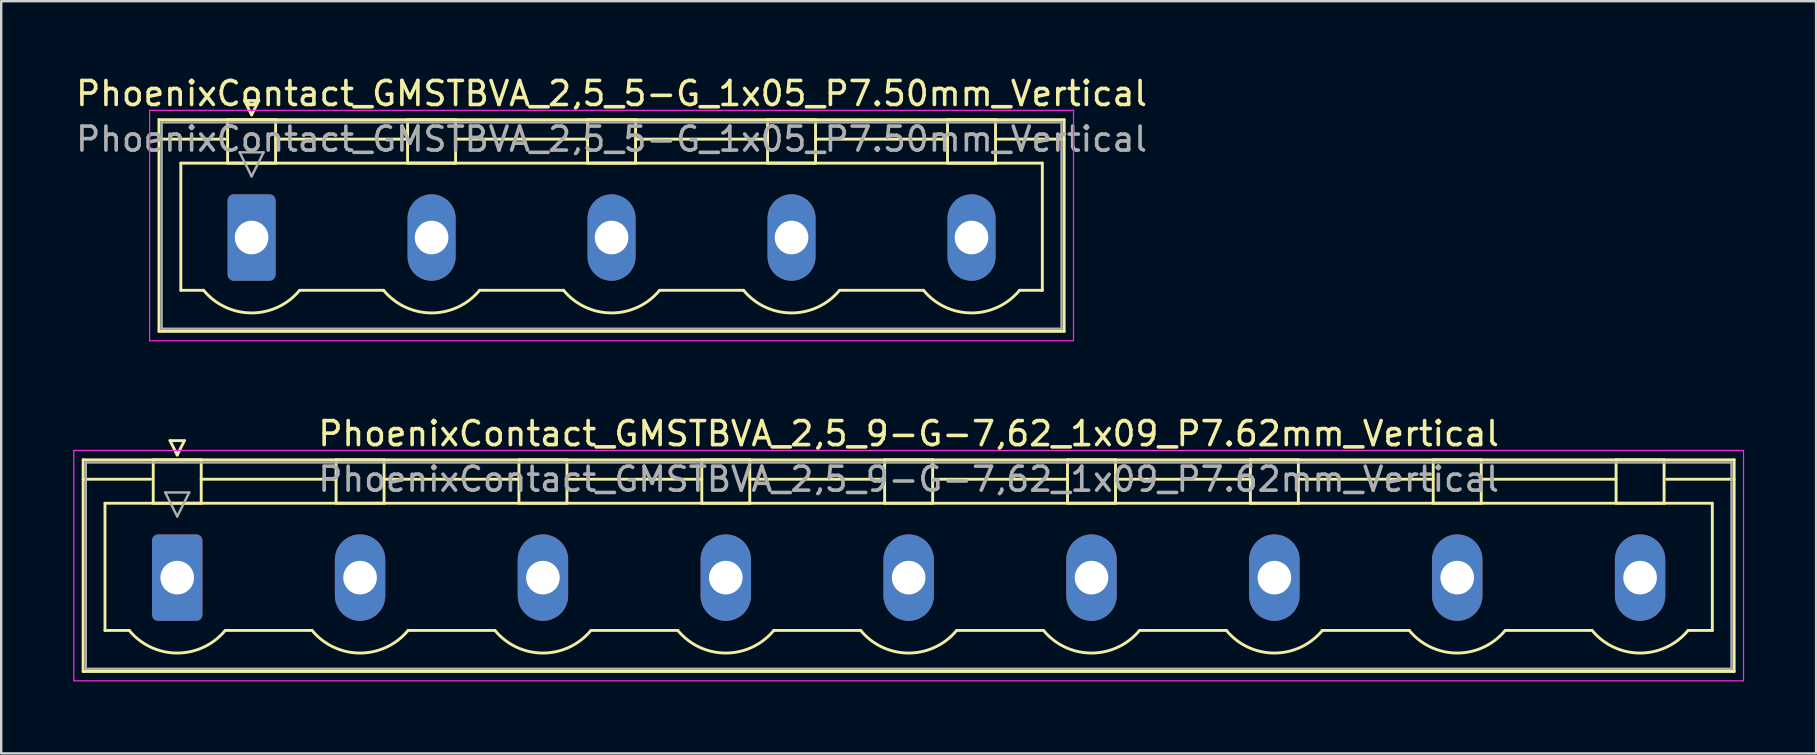
<source format=kicad_pcb>
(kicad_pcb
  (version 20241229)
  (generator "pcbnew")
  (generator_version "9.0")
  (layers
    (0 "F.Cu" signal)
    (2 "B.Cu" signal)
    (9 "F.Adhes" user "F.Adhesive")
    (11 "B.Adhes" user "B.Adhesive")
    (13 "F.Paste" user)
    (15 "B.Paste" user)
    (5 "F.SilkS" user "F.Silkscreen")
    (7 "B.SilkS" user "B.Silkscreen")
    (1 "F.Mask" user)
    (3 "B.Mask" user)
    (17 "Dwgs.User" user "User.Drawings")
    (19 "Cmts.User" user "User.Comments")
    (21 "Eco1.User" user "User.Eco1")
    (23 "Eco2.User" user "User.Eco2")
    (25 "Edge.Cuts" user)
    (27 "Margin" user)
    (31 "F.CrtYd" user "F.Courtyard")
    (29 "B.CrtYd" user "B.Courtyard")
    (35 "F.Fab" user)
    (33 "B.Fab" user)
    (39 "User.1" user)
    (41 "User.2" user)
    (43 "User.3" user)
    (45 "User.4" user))
  (footprint "PhoenixContact_GMSTBVA_2,5_9-G-7,62_1x09_P7.62mm_Vertical"
    (layer "F.Cu")
    (at 4.335 21.021)
    (property "Reference" "PhoenixContact_GMSTBVA_2,5_9-G-7,62_1x09_P7.62mm_Vertical" (at 30.48 -6 0) (layer "F.SilkS") (effects (font (size 1 1) (thickness 0.15))))
    (attr through_hole)
    (fp_line (start -3.92 -4.91) (end -3.92 3.91) (stroke (width 0.12) (type solid)) (layer "F.SilkS"))
    (fp_line (start -3.92 -4.1) (end -1.11 -4.1) (stroke (width 0.12) (type solid)) (layer "F.SilkS"))
    (fp_line (start -3.92 3.91) (end 64.88 3.91) (stroke (width 0.12) (type solid)) (layer "F.SilkS"))
    (fp_line (start -3.01 -3.1) (end 63.97 -3.1) (stroke (width 0.12) (type solid)) (layer "F.SilkS"))
    (fp_line (start -3.01 2.2) (end -3.01 -3.1) (stroke (width 0.12) (type solid)) (layer "F.SilkS"))
    (fp_line (start -2 2.2) (end -3.01 2.2) (stroke (width 0.12) (type solid)) (layer "F.SilkS"))
    (fp_line (start -1 -4.91) (end 1 -4.91) (stroke (width 0.12) (type solid)) (layer "F.SilkS"))
    (fp_line (start -1 -3.1) (end -1 -4.91) (stroke (width 0.12) (type solid)) (layer "F.SilkS"))
    (fp_line (start -0.3 -5.71) (end 0.3 -5.71) (stroke (width 0.12) (type solid)) (layer "F.SilkS"))
    (fp_line (start 0 -5.11) (end -0.3 -5.71) (stroke (width 0.12) (type solid)) (layer "F.SilkS"))
    (fp_line (start 0.3 -5.71) (end 0 -5.11) (stroke (width 0.12) (type solid)) (layer "F.SilkS"))
    (fp_line (start 1 -4.91) (end 1 -3.1) (stroke (width 0.12) (type solid)) (layer "F.SilkS"))
    (fp_line (start 1 -4.1) (end 6.62 -4.1) (stroke (width 0.12) (type solid)) (layer "F.SilkS"))
    (fp_line (start 1 -3.1) (end -1 -3.1) (stroke (width 0.12) (type solid)) (layer "F.SilkS"))
    (fp_line (start 2 2.2) (end 5.62 2.2) (stroke (width 0.12) (type solid)) (layer "F.SilkS"))
    (fp_line (start 6.62 -4.91) (end 8.62 -4.91) (stroke (width 0.12) (type solid)) (layer "F.SilkS"))
    (fp_line (start 6.62 -3.1) (end 6.62 -4.91) (stroke (width 0.12) (type solid)) (layer "F.SilkS"))
    (fp_line (start 8.62 -4.91) (end 8.62 -3.1) (stroke (width 0.12) (type solid)) (layer "F.SilkS"))
    (fp_line (start 8.62 -4.1) (end 14.24 -4.1) (stroke (width 0.12) (type solid)) (layer "F.SilkS"))
    (fp_line (start 8.62 -3.1) (end 6.62 -3.1) (stroke (width 0.12) (type solid)) (layer "F.SilkS"))
    (fp_line (start 9.62 2.2) (end 13.24 2.2) (stroke (width 0.12) (type solid)) (layer "F.SilkS"))
    (fp_line (start 14.24 -4.91) (end 16.24 -4.91) (stroke (width 0.12) (type solid)) (layer "F.SilkS"))
    (fp_line (start 14.24 -3.1) (end 14.24 -4.91) (stroke (width 0.12) (type solid)) (layer "F.SilkS"))
    (fp_line (start 16.24 -4.91) (end 16.24 -3.1) (stroke (width 0.12) (type solid)) (layer "F.SilkS"))
    (fp_line (start 16.24 -4.1) (end 21.86 -4.1) (stroke (width 0.12) (type solid)) (layer "F.SilkS"))
    (fp_line (start 16.24 -3.1) (end 14.24 -3.1) (stroke (width 0.12) (type solid)) (layer "F.SilkS"))
    (fp_line (start 17.24 2.2) (end 20.86 2.2) (stroke (width 0.12) (type solid)) (layer "F.SilkS"))
    (fp_line (start 21.86 -4.91) (end 23.86 -4.91) (stroke (width 0.12) (type solid)) (layer "F.SilkS"))
    (fp_line (start 21.86 -3.1) (end 21.86 -4.91) (stroke (width 0.12) (type solid)) (layer "F.SilkS"))
    (fp_line (start 23.86 -4.91) (end 23.86 -3.1) (stroke (width 0.12) (type solid)) (layer "F.SilkS"))
    (fp_line (start 23.86 -4.1) (end 29.48 -4.1) (stroke (width 0.12) (type solid)) (layer "F.SilkS"))
    (fp_line (start 23.86 -3.1) (end 21.86 -3.1) (stroke (width 0.12) (type solid)) (layer "F.SilkS"))
    (fp_line (start 24.86 2.2) (end 28.48 2.2) (stroke (width 0.12) (type solid)) (layer "F.SilkS"))
    (fp_line (start 29.48 -4.91) (end 31.48 -4.91) (stroke (width 0.12) (type solid)) (layer "F.SilkS"))
    (fp_line (start 29.48 -3.1) (end 29.48 -4.91) (stroke (width 0.12) (type solid)) (layer "F.SilkS"))
    (fp_line (start 31.48 -4.91) (end 31.48 -3.1) (stroke (width 0.12) (type solid)) (layer "F.SilkS"))
    (fp_line (start 31.48 -4.1) (end 37.1 -4.1) (stroke (width 0.12) (type solid)) (layer "F.SilkS"))
    (fp_line (start 31.48 -3.1) (end 29.48 -3.1) (stroke (width 0.12) (type solid)) (layer "F.SilkS"))
    (fp_line (start 32.48 2.2) (end 36.1 2.2) (stroke (width 0.12) (type solid)) (layer "F.SilkS"))
    (fp_line (start 37.1 -4.91) (end 39.1 -4.91) (stroke (width 0.12) (type solid)) (layer "F.SilkS"))
    (fp_line (start 37.1 -3.1) (end 37.1 -4.91) (stroke (width 0.12) (type solid)) (layer "F.SilkS"))
    (fp_line (start 39.1 -4.91) (end 39.1 -3.1) (stroke (width 0.12) (type solid)) (layer "F.SilkS"))
    (fp_line (start 39.1 -4.1) (end 44.72 -4.1) (stroke (width 0.12) (type solid)) (layer "F.SilkS"))
    (fp_line (start 39.1 -3.1) (end 37.1 -3.1) (stroke (width 0.12) (type solid)) (layer "F.SilkS"))
    (fp_line (start 40.1 2.2) (end 43.72 2.2) (stroke (width 0.12) (type solid)) (layer "F.SilkS"))
    (fp_line (start 44.72 -4.91) (end 46.72 -4.91) (stroke (width 0.12) (type solid)) (layer "F.SilkS"))
    (fp_line (start 44.72 -3.1) (end 44.72 -4.91) (stroke (width 0.12) (type solid)) (layer "F.SilkS"))
    (fp_line (start 46.72 -4.91) (end 46.72 -3.1) (stroke (width 0.12) (type solid)) (layer "F.SilkS"))
    (fp_line (start 46.72 -4.1) (end 52.34 -4.1) (stroke (width 0.12) (type solid)) (layer "F.SilkS"))
    (fp_line (start 46.72 -3.1) (end 44.72 -3.1) (stroke (width 0.12) (type solid)) (layer "F.SilkS"))
    (fp_line (start 47.72 2.2) (end 51.34 2.2) (stroke (width 0.12) (type solid)) (layer "F.SilkS"))
    (fp_line (start 52.34 -4.91) (end 54.34 -4.91) (stroke (width 0.12) (type solid)) (layer "F.SilkS"))
    (fp_line (start 52.34 -3.1) (end 52.34 -4.91) (stroke (width 0.12) (type solid)) (layer "F.SilkS"))
    (fp_line (start 54.34 -4.91) (end 54.34 -3.1) (stroke (width 0.12) (type solid)) (layer "F.SilkS"))
    (fp_line (start 54.34 -4.1) (end 59.96 -4.1) (stroke (width 0.12) (type solid)) (layer "F.SilkS"))
    (fp_line (start 54.34 -3.1) (end 52.34 -3.1) (stroke (width 0.12) (type solid)) (layer "F.SilkS"))
    (fp_line (start 55.34 2.2) (end 58.96 2.2) (stroke (width 0.12) (type solid)) (layer "F.SilkS"))
    (fp_line (start 59.96 -4.91) (end 61.96 -4.91) (stroke (width 0.12) (type solid)) (layer "F.SilkS"))
    (fp_line (start 59.96 -3.1) (end 59.96 -4.91) (stroke (width 0.12) (type solid)) (layer "F.SilkS"))
    (fp_line (start 61.96 -4.91) (end 61.96 -3.1) (stroke (width 0.12) (type solid)) (layer "F.SilkS"))
    (fp_line (start 61.96 -3.1) (end 59.96 -3.1) (stroke (width 0.12) (type solid)) (layer "F.SilkS"))
    (fp_line (start 63.97 -3.1) (end 63.97 2.2) (stroke (width 0.12) (type solid)) (layer "F.SilkS"))
    (fp_line (start 63.97 2.2) (end 62.96 2.2) (stroke (width 0.12) (type solid)) (layer "F.SilkS"))
    (fp_line (start 64.88 -4.91) (end -3.92 -4.91) (stroke (width 0.12) (type solid)) (layer "F.SilkS"))
    (fp_line (start 64.88 -4.1) (end 62.07 -4.1) (stroke (width 0.12) (type solid)) (layer "F.SilkS"))
    (fp_line (start 64.88 3.91) (end 64.88 -4.91) (stroke (width 0.12) (type solid)) (layer "F.SilkS"))
    (fp_arc (start 1.986842 2.215821) (mid -0.010289 3.142758) (end -2 2.2) (stroke (width 0.12) (type solid)) (layer "F.SilkS"))
    (fp_arc (start 9.606842 2.215821) (mid 7.609711 3.142758) (end 5.62 2.2) (stroke (width 0.12) (type solid)) (layer "F.SilkS"))
    (fp_arc (start 17.226842 2.215821) (mid 15.229711 3.142758) (end 13.24 2.2) (stroke (width 0.12) (type solid)) (layer "F.SilkS"))
    (fp_arc (start 24.846842 2.215821) (mid 22.849711 3.142758) (end 20.86 2.2) (stroke (width 0.12) (type solid)) (layer "F.SilkS"))
    (fp_arc (start 32.466842 2.215821) (mid 30.469711 3.142758) (end 28.48 2.2) (stroke (width 0.12) (type solid)) (layer "F.SilkS"))
    (fp_arc (start 40.086842 2.215821) (mid 38.089711 3.142758) (end 36.1 2.2) (stroke (width 0.12) (type solid)) (layer "F.SilkS"))
    (fp_arc (start 47.706842 2.215821) (mid 45.709711 3.142758) (end 43.72 2.2) (stroke (width 0.12) (type solid)) (layer "F.SilkS"))
    (fp_arc (start 55.326842 2.215821) (mid 53.329711 3.142758) (end 51.34 2.2) (stroke (width 0.12) (type solid)) (layer "F.SilkS"))
    (fp_arc (start 62.946842 2.215821) (mid 60.949711 3.142758) (end 58.96 2.2) (stroke (width 0.12) (type solid)) (layer "F.SilkS"))
    (fp_line (start -4.31 -5.3) (end -4.31 4.3) (stroke (width 0.05) (type solid)) (layer "F.CrtYd"))
    (fp_line (start -4.31 4.3) (end 65.27 4.3) (stroke (width 0.05) (type solid)) (layer "F.CrtYd"))
    (fp_line (start 65.27 -5.3) (end -4.31 -5.3) (stroke (width 0.05) (type solid)) (layer "F.CrtYd"))
    (fp_line (start 65.27 4.3) (end 65.27 -5.3) (stroke (width 0.05) (type solid)) (layer "F.CrtYd"))
    (fp_line (start -3.81 -4.8) (end -3.81 3.8) (stroke (width 0.1) (type solid)) (layer "F.Fab"))
    (fp_line (start -3.81 3.8) (end 64.77 3.8) (stroke (width 0.1) (type solid)) (layer "F.Fab"))
    (fp_line (start -0.5 -3.55) (end 0.5 -3.55) (stroke (width 0.1) (type solid)) (layer "F.Fab"))
    (fp_line (start 0 -2.55) (end -0.5 -3.55) (stroke (width 0.1) (type solid)) (layer "F.Fab"))
    (fp_line (start 0.5 -3.55) (end 0 -2.55) (stroke (width 0.1) (type solid)) (layer "F.Fab"))
    (fp_line (start 64.77 -4.8) (end -3.81 -4.8) (stroke (width 0.1) (type solid)) (layer "F.Fab"))
    (fp_line (start 64.77 3.8) (end 64.77 -4.8) (stroke (width 0.1) (type solid)) (layer "F.Fab"))
    (fp_text user "${REFERENCE}" (at 30.48 -4.1 0) (layer "F.Fab") (effects (font (size 1 1) (thickness 0.15))))
    (pad "1" thru_hole roundrect (at 0 0) (size 2.1 3.6) (drill 1.4) (layers "*.Cu" "*.Mask") (roundrect_rratio 0.119))
    (pad "2" thru_hole oval (at 7.62 0) (size 2.1 3.6) (drill 1.4) (layers "*.Cu" "*.Mask"))
    (pad "3" thru_hole oval (at 15.24 0) (size 2.1 3.6) (drill 1.4) (layers "*.Cu" "*.Mask"))
    (pad "4" thru_hole oval (at 22.86 0) (size 2.1 3.6) (drill 1.4) (layers "*.Cu" "*.Mask"))
    (pad "5" thru_hole oval (at 30.48 0) (size 2.1 3.6) (drill 1.4) (layers "*.Cu" "*.Mask"))
    (pad "6" thru_hole oval (at 38.1 0) (size 2.1 3.6) (drill 1.4) (layers "*.Cu" "*.Mask"))
    (pad "7" thru_hole oval (at 45.72 0) (size 2.1 3.6) (drill 1.4) (layers "*.Cu" "*.Mask"))
    (pad "8" thru_hole oval (at 53.34 0) (size 2.1 3.6) (drill 1.4) (layers "*.Cu" "*.Mask"))
    (pad "9" thru_hole oval (at 60.96 0) (size 2.1 3.6) (drill 1.4) (layers "*.Cu" "*.Mask")))
  (footprint "PhoenixContact_GMSTBVA_2,5_5-G_1x05_P7.50mm_Vertical"
    (layer "F.Cu")
    (at 7.435 6.848)
    (property "Reference" "PhoenixContact_GMSTBVA_2,5_5-G_1x05_P7.50mm_Vertical" (at 15 -6 0) (layer "F.SilkS") (effects (font (size 1 1) (thickness 0.15))))
    (attr through_hole)
    (fp_line (start -3.86 -4.91) (end -3.86 3.91) (stroke (width 0.12) (type solid)) (layer "F.SilkS"))
    (fp_line (start -3.86 -4.1) (end -1.11 -4.1) (stroke (width 0.12) (type solid)) (layer "F.SilkS"))
    (fp_line (start -3.86 3.91) (end 33.86 3.91) (stroke (width 0.12) (type solid)) (layer "F.SilkS"))
    (fp_line (start -2.95 -3.1) (end 32.95 -3.1) (stroke (width 0.12) (type solid)) (layer "F.SilkS"))
    (fp_line (start -2.95 2.2) (end -2.95 -3.1) (stroke (width 0.12) (type solid)) (layer "F.SilkS"))
    (fp_line (start -2 2.2) (end -2.95 2.2) (stroke (width 0.12) (type solid)) (layer "F.SilkS"))
    (fp_line (start -1 -4.91) (end 1 -4.91) (stroke (width 0.12) (type solid)) (layer "F.SilkS"))
    (fp_line (start -1 -3.1) (end -1 -4.91) (stroke (width 0.12) (type solid)) (layer "F.SilkS"))
    (fp_line (start -0.3 -5.71) (end 0.3 -5.71) (stroke (width 0.12) (type solid)) (layer "F.SilkS"))
    (fp_line (start 0 -5.11) (end -0.3 -5.71) (stroke (width 0.12) (type solid)) (layer "F.SilkS"))
    (fp_line (start 0.3 -5.71) (end 0 -5.11) (stroke (width 0.12) (type solid)) (layer "F.SilkS"))
    (fp_line (start 1 -4.91) (end 1 -3.1) (stroke (width 0.12) (type solid)) (layer "F.SilkS"))
    (fp_line (start 1 -4.1) (end 6.5 -4.1) (stroke (width 0.12) (type solid)) (layer "F.SilkS"))
    (fp_line (start 1 -3.1) (end -1 -3.1) (stroke (width 0.12) (type solid)) (layer "F.SilkS"))
    (fp_line (start 2 2.2) (end 5.5 2.2) (stroke (width 0.12) (type solid)) (layer "F.SilkS"))
    (fp_line (start 6.5 -4.91) (end 8.5 -4.91) (stroke (width 0.12) (type solid)) (layer "F.SilkS"))
    (fp_line (start 6.5 -3.1) (end 6.5 -4.91) (stroke (width 0.12) (type solid)) (layer "F.SilkS"))
    (fp_line (start 8.5 -4.91) (end 8.5 -3.1) (stroke (width 0.12) (type solid)) (layer "F.SilkS"))
    (fp_line (start 8.5 -4.1) (end 14 -4.1) (stroke (width 0.12) (type solid)) (layer "F.SilkS"))
    (fp_line (start 8.5 -3.1) (end 6.5 -3.1) (stroke (width 0.12) (type solid)) (layer "F.SilkS"))
    (fp_line (start 9.5 2.2) (end 13 2.2) (stroke (width 0.12) (type solid)) (layer "F.SilkS"))
    (fp_line (start 14 -4.91) (end 16 -4.91) (stroke (width 0.12) (type solid)) (layer "F.SilkS"))
    (fp_line (start 14 -3.1) (end 14 -4.91) (stroke (width 0.12) (type solid)) (layer "F.SilkS"))
    (fp_line (start 16 -4.91) (end 16 -3.1) (stroke (width 0.12) (type solid)) (layer "F.SilkS"))
    (fp_line (start 16 -4.1) (end 21.5 -4.1) (stroke (width 0.12) (type solid)) (layer "F.SilkS"))
    (fp_line (start 16 -3.1) (end 14 -3.1) (stroke (width 0.12) (type solid)) (layer "F.SilkS"))
    (fp_line (start 17 2.2) (end 20.5 2.2) (stroke (width 0.12) (type solid)) (layer "F.SilkS"))
    (fp_line (start 21.5 -4.91) (end 23.5 -4.91) (stroke (width 0.12) (type solid)) (layer "F.SilkS"))
    (fp_line (start 21.5 -3.1) (end 21.5 -4.91) (stroke (width 0.12) (type solid)) (layer "F.SilkS"))
    (fp_line (start 23.5 -4.91) (end 23.5 -3.1) (stroke (width 0.12) (type solid)) (layer "F.SilkS"))
    (fp_line (start 23.5 -4.1) (end 29 -4.1) (stroke (width 0.12) (type solid)) (layer "F.SilkS"))
    (fp_line (start 23.5 -3.1) (end 21.5 -3.1) (stroke (width 0.12) (type solid)) (layer "F.SilkS"))
    (fp_line (start 24.5 2.2) (end 28 2.2) (stroke (width 0.12) (type solid)) (layer "F.SilkS"))
    (fp_line (start 29 -4.91) (end 31 -4.91) (stroke (width 0.12) (type solid)) (layer "F.SilkS"))
    (fp_line (start 29 -3.1) (end 29 -4.91) (stroke (width 0.12) (type solid)) (layer "F.SilkS"))
    (fp_line (start 31 -4.91) (end 31 -3.1) (stroke (width 0.12) (type solid)) (layer "F.SilkS"))
    (fp_line (start 31 -3.1) (end 29 -3.1) (stroke (width 0.12) (type solid)) (layer "F.SilkS"))
    (fp_line (start 32.95 -3.1) (end 32.95 2.2) (stroke (width 0.12) (type solid)) (layer "F.SilkS"))
    (fp_line (start 32.95 2.2) (end 32 2.2) (stroke (width 0.12) (type solid)) (layer "F.SilkS"))
    (fp_line (start 33.86 -4.91) (end -3.86 -4.91) (stroke (width 0.12) (type solid)) (layer "F.SilkS"))
    (fp_line (start 33.86 -4.1) (end 31.11 -4.1) (stroke (width 0.12) (type solid)) (layer "F.SilkS"))
    (fp_line (start 33.86 3.91) (end 33.86 -4.91) (stroke (width 0.12) (type solid)) (layer "F.SilkS"))
    (fp_arc (start 1.986842 2.215821) (mid -0.010289 3.142758) (end -2 2.2) (stroke (width 0.12) (type solid)) (layer "F.SilkS"))
    (fp_arc (start 9.486842 2.215821) (mid 7.489711 3.142758) (end 5.5 2.2) (stroke (width 0.12) (type solid)) (layer "F.SilkS"))
    (fp_arc (start 16.986842 2.215821) (mid 14.989711 3.142758) (end 13 2.2) (stroke (width 0.12) (type solid)) (layer "F.SilkS"))
    (fp_arc (start 24.486842 2.215821) (mid 22.489711 3.142758) (end 20.5 2.2) (stroke (width 0.12) (type solid)) (layer "F.SilkS"))
    (fp_arc (start 31.986842 2.215821) (mid 29.989711 3.142758) (end 28 2.2) (stroke (width 0.12) (type solid)) (layer "F.SilkS"))
    (fp_line (start -4.25 -5.3) (end -4.25 4.3) (stroke (width 0.05) (type solid)) (layer "F.CrtYd"))
    (fp_line (start -4.25 4.3) (end 34.25 4.3) (stroke (width 0.05) (type solid)) (layer "F.CrtYd"))
    (fp_line (start 34.25 -5.3) (end -4.25 -5.3) (stroke (width 0.05) (type solid)) (layer "F.CrtYd"))
    (fp_line (start 34.25 4.3) (end 34.25 -5.3) (stroke (width 0.05) (type solid)) (layer "F.CrtYd"))
    (fp_line (start -3.75 -4.8) (end -3.75 3.8) (stroke (width 0.1) (type solid)) (layer "F.Fab"))
    (fp_line (start -3.75 3.8) (end 33.75 3.8) (stroke (width 0.1) (type solid)) (layer "F.Fab"))
    (fp_line (start -0.5 -3.55) (end 0.5 -3.55) (stroke (width 0.1) (type solid)) (layer "F.Fab"))
    (fp_line (start 0 -2.55) (end -0.5 -3.55) (stroke (width 0.1) (type solid)) (layer "F.Fab"))
    (fp_line (start 0.5 -3.55) (end 0 -2.55) (stroke (width 0.1) (type solid)) (layer "F.Fab"))
    (fp_line (start 33.75 -4.8) (end -3.75 -4.8) (stroke (width 0.1) (type solid)) (layer "F.Fab"))
    (fp_line (start 33.75 3.8) (end 33.75 -4.8) (stroke (width 0.1) (type solid)) (layer "F.Fab"))
    (fp_text user "${REFERENCE}" (at 15 -4.1 0) (layer "F.Fab") (effects (font (size 1 1) (thickness 0.15))))
    (pad "1" thru_hole roundrect (at 0 0) (size 2 3.6) (drill 1.4) (layers "*.Cu" "*.Mask") (roundrect_rratio 0.125))
    (pad "2" thru_hole oval (at 7.5 0) (size 2 3.6) (drill 1.4) (layers "*.Cu" "*.Mask"))
    (pad "3" thru_hole oval (at 15 0) (size 2 3.6) (drill 1.4) (layers "*.Cu" "*.Mask"))
    (pad "4" thru_hole oval (at 22.5 0) (size 2 3.6) (drill 1.4) (layers "*.Cu" "*.Mask"))
    (pad "5" thru_hole oval (at 30 0) (size 2 3.6) (drill 1.4) (layers "*.Cu" "*.Mask")))
  (gr_rect
    (start -3 -3)
    (end 72.63 28.346)
    (stroke (width 0.1) (type default))
    (fill no)
    (layer "Edge.Cuts")))
</source>
